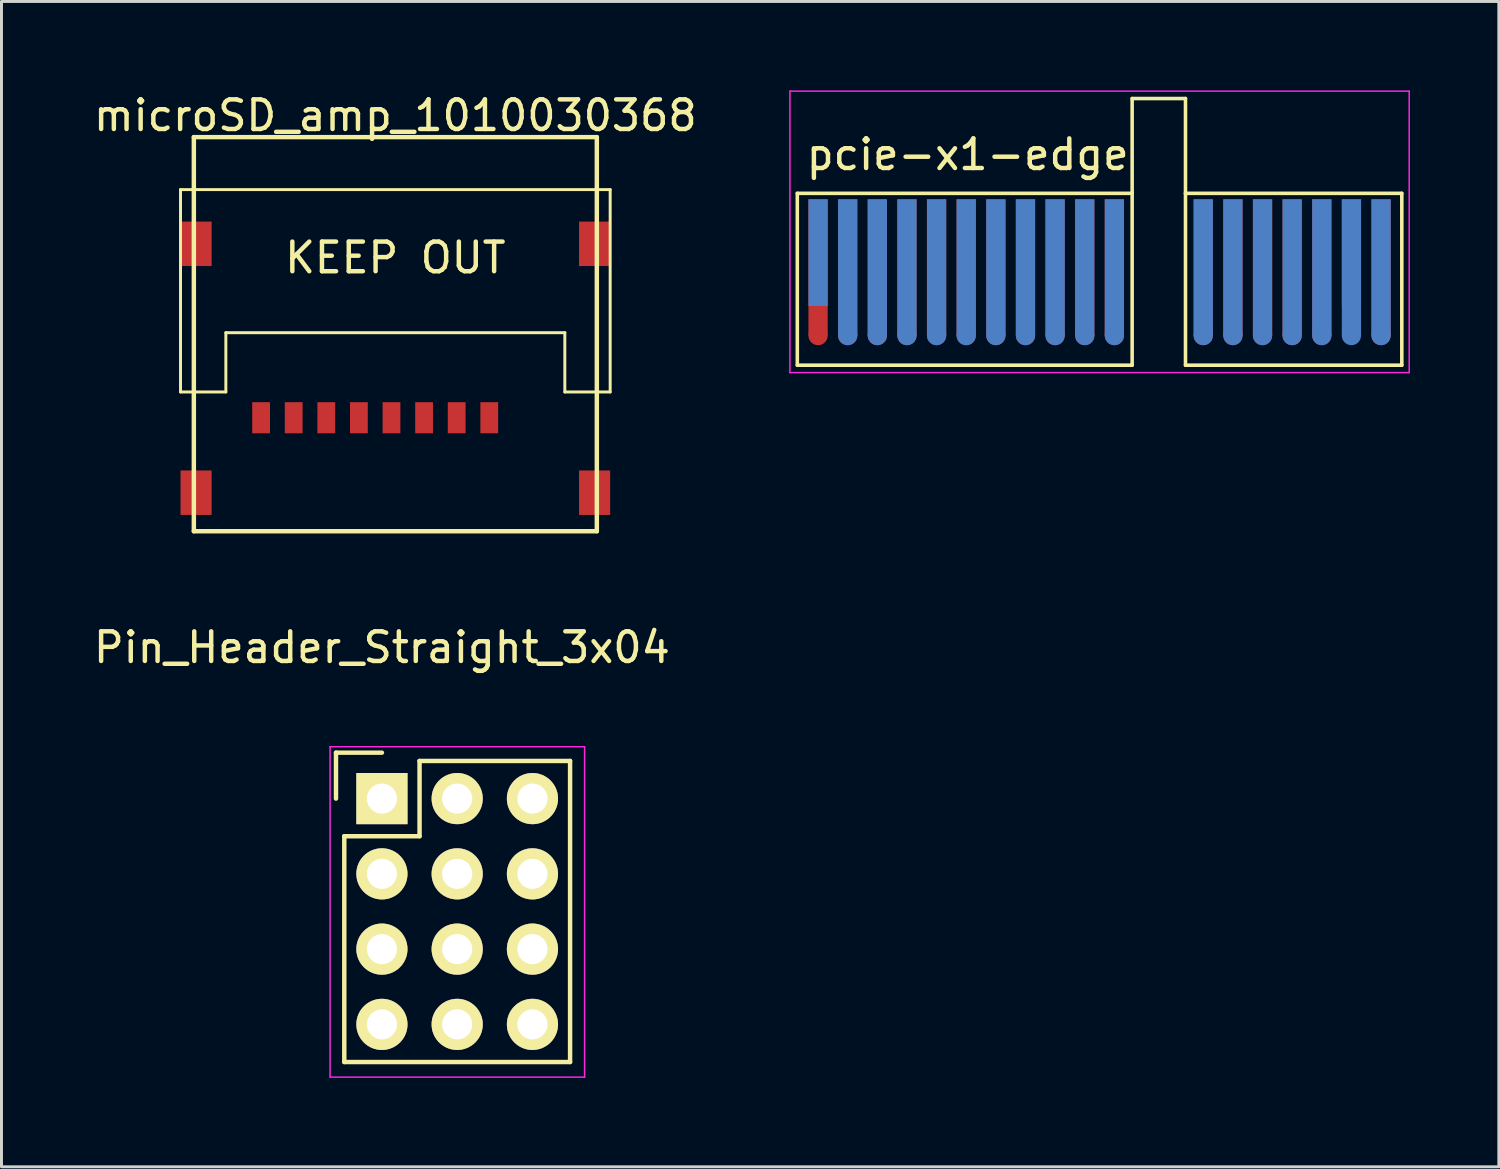
<source format=kicad_pcb>
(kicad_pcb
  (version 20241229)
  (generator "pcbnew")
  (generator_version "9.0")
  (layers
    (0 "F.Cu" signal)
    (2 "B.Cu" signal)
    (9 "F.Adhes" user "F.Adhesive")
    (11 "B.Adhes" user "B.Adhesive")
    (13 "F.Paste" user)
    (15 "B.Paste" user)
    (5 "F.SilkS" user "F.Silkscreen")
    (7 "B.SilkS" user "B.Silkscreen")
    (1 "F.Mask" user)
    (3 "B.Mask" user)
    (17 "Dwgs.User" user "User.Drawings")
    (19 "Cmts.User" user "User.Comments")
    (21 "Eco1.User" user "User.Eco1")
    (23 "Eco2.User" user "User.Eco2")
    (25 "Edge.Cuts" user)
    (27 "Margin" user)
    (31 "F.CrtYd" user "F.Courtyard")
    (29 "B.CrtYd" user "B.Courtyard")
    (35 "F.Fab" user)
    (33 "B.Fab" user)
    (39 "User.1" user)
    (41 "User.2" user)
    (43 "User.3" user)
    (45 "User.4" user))
  (footprint "microSD_amp_1010030368"
    (layer "F.Cu")
    (at 10.292 11.048)
    (property "Reference" "microSD_amp_1010030368" (at 0 -10.2 0) (layer "F.SilkS") (effects (font (size 1 1) (thickness 0.15))))
    (attr through_hole)
    (fp_line (start -7.25 -7.7) (end -7.25 -0.87) (stroke (width 0.1) (type solid)) (layer "F.SilkS"))
    (fp_line (start -7.25 -7.7) (end 7.25 -7.7) (stroke (width 0.1) (type solid)) (layer "F.SilkS"))
    (fp_line (start -7.25 -0.87) (end -5.72 -0.87) (stroke (width 0.1) (type solid)) (layer "F.SilkS"))
    (fp_line (start -6.8 -9.47) (end -6.8 3.83) (stroke (width 0.15) (type solid)) (layer "F.SilkS"))
    (fp_line (start -6.8 -9.47) (end 6.8 -9.47) (stroke (width 0.15) (type solid)) (layer "F.SilkS"))
    (fp_line (start -6.8 3.83) (end 6.8 3.83) (stroke (width 0.15) (type solid)) (layer "F.SilkS"))
    (fp_line (start -5.72 -2.87) (end -5.72 -0.87) (stroke (width 0.1) (type solid)) (layer "F.SilkS"))
    (fp_line (start -5.72 -2.87) (end 5.72 -2.87) (stroke (width 0.1) (type solid)) (layer "F.SilkS"))
    (fp_line (start 5.72 -2.87) (end 5.72 -0.87) (stroke (width 0.1) (type solid)) (layer "F.SilkS"))
    (fp_line (start 5.72 -0.87) (end 7.25 -0.87) (stroke (width 0.1) (type solid)) (layer "F.SilkS"))
    (fp_line (start 6.8 -9.47) (end 6.8 3.83) (stroke (width 0.15) (type solid)) (layer "F.SilkS"))
    (fp_line (start 7.25 -7.7) (end 7.25 -0.87) (stroke (width 0.1) (type solid)) (layer "F.SilkS"))
    (fp_text user "KEEP OUT" (at 0 -5.4 0) (layer "F.SilkS") (effects (font (size 1 1) (thickness 0.15))))
    (pad "1" smd rect (at 3.17 0) (size 0.6 1.05) (layers "F.Cu" "F.Mask" "F.Paste"))
    (pad "2" smd rect (at 2.07 0) (size 0.6 1.05) (layers "F.Cu" "F.Mask" "F.Paste"))
    (pad "3" smd rect (at 0.97 0) (size 0.6 1.05) (layers "F.Cu" "F.Mask" "F.Paste"))
    (pad "4" smd rect (at -0.13 0) (size 0.6 1.05) (layers "F.Cu" "F.Mask" "F.Paste"))
    (pad "5" smd rect (at -1.23 0) (size 0.6 1.05) (layers "F.Cu" "F.Mask" "F.Paste"))
    (pad "6" smd rect (at -2.33 0) (size 0.6 1.05) (layers "F.Cu" "F.Mask" "F.Paste"))
    (pad "7" smd rect (at -3.43 0) (size 0.6 1.05) (layers "F.Cu" "F.Mask" "F.Paste"))
    (pad "8" smd rect (at -4.53 0) (size 0.6 1.05) (layers "F.Cu" "F.Mask" "F.Paste"))
    (pad "SHLD" smd rect (at -6.725 -5.87) (size 1.05 1.5) (layers "F.Cu" "F.Mask" "F.Paste"))
    (pad "SHLD" smd rect (at -6.725 2.53) (size 1.05 1.5) (layers "F.Cu" "F.Mask" "F.Paste"))
    (pad "SHLD" smd rect (at 6.725 -5.87) (size 1.05 1.5) (layers "F.Cu" "F.Mask" "F.Paste"))
    (pad "SHLD" smd rect (at 6.725 2.53) (size 1.05 1.5) (layers "F.Cu" "F.Mask" "F.Paste")))
  (footprint "Pin_Header_Straight_3x04"
    (layer "F.Cu")
    (at 9.839 23.901)
    (property "Reference" "Pin_Header_Straight_3x04" (at 0 -5.1 0) (layer "F.SilkS") (effects (font (size 1 1) (thickness 0.15))))
    (attr through_hole)
    (fp_line (start -1.55 -1.55) (end -1.55 0) (stroke (width 0.15) (type solid)) (layer "F.SilkS"))
    (fp_line (start -1.27 1.27) (end -1.27 8.89) (stroke (width 0.15) (type solid)) (layer "F.SilkS"))
    (fp_line (start -1.27 8.89) (end 6.35 8.89) (stroke (width 0.15) (type solid)) (layer "F.SilkS"))
    (fp_line (start 0 -1.55) (end -1.55 -1.55) (stroke (width 0.15) (type solid)) (layer "F.SilkS"))
    (fp_line (start 1.27 -1.27) (end 1.27 1.27) (stroke (width 0.15) (type solid)) (layer "F.SilkS"))
    (fp_line (start 1.27 1.27) (end -1.27 1.27) (stroke (width 0.15) (type solid)) (layer "F.SilkS"))
    (fp_line (start 6.35 -1.27) (end 1.27 -1.27) (stroke (width 0.15) (type solid)) (layer "F.SilkS"))
    (fp_line (start 6.35 8.89) (end 6.35 -1.27) (stroke (width 0.15) (type solid)) (layer "F.SilkS"))
    (fp_line (start -1.75 -1.75) (end -1.75 9.4) (stroke (width 0.05) (type solid)) (layer "F.CrtYd"))
    (fp_line (start -1.75 -1.75) (end 6.84 -1.75) (stroke (width 0.05) (type solid)) (layer "F.CrtYd"))
    (fp_line (start -1.75 9.4) (end 6.84 9.4) (stroke (width 0.05) (type solid)) (layer "F.CrtYd"))
    (fp_line (start 6.84 -1.75) (end 6.84 9.4) (stroke (width 0.05) (type solid)) (layer "F.CrtYd"))
    (pad "1" thru_hole rect (at 0 0) (size 1.727 1.727) (drill 1.016) (layers "*.Cu" "*.Mask" "F.SilkS"))
    (pad "2" thru_hole oval (at 2.54 0) (size 1.727 1.727) (drill 1.016) (layers "*.Cu" "*.Mask" "F.SilkS"))
    (pad "3" thru_hole oval (at 5.08 0) (size 1.727 1.727) (drill 1.016) (layers "*.Cu" "*.Mask" "F.SilkS"))
    (pad "4" thru_hole oval (at 0 2.54) (size 1.727 1.727) (drill 1.016) (layers "*.Cu" "*.Mask" "F.SilkS"))
    (pad "5" thru_hole oval (at 2.54 2.54) (size 1.727 1.727) (drill 1.016) (layers "*.Cu" "*.Mask" "F.SilkS"))
    (pad "6" thru_hole oval (at 5.08 2.54) (size 1.727 1.727) (drill 1.016) (layers "*.Cu" "*.Mask" "F.SilkS"))
    (pad "7" thru_hole oval (at 0 5.08) (size 1.727 1.727) (drill 1.016) (layers "*.Cu" "*.Mask" "F.SilkS"))
    (pad "8" thru_hole oval (at 2.54 5.08) (size 1.727 1.727) (drill 1.016) (layers "*.Cu" "*.Mask" "F.SilkS"))
    (pad "9" thru_hole oval (at 5.08 5.08) (size 1.727 1.727) (drill 1.016) (layers "*.Cu" "*.Mask" "F.SilkS"))
    (pad "10" thru_hole oval (at 0 7.62) (size 1.727 1.727) (drill 1.016) (layers "*.Cu" "*.Mask" "F.SilkS"))
    (pad "11" thru_hole oval (at 2.54 7.62) (size 1.727 1.727) (drill 1.016) (layers "*.Cu" "*.Mask" "F.SilkS"))
    (pad "12" thru_hole oval (at 5.08 7.62) (size 1.727 1.727) (drill 1.016) (layers "*.Cu" "*.Mask" "F.SilkS")))
  (footprint "pcie-x1-edge"
    (layer "F.Cu")
    (at 24.558 5.475)
    (property "Reference" "pcie-x1-edge" (at 5.05 -3.31 0) (layer "F.SilkS") (effects (font (size 1 1) (thickness 0.15))))
    (attr through_hole)
    (fp_line (start -0.7 -2) (end 10.6 -2) (stroke (width 0.12) (type solid)) (layer "F.SilkS"))
    (fp_line (start -0.7 3.8) (end -0.7 -2) (stroke (width 0.12) (type solid)) (layer "F.SilkS"))
    (fp_line (start 10.6 -5.2) (end 12.4 -5.2) (stroke (width 0.12) (type solid)) (layer "F.SilkS"))
    (fp_line (start 10.6 -2) (end 10.6 -5.2) (stroke (width 0.12) (type solid)) (layer "F.SilkS"))
    (fp_line (start 10.6 -2) (end 10.6 3.8) (stroke (width 0.12) (type solid)) (layer "F.SilkS"))
    (fp_line (start 10.6 3.8) (end -0.7 3.8) (stroke (width 0.12) (type solid)) (layer "F.SilkS"))
    (fp_line (start 12.4 -5.2) (end 12.4 -2) (stroke (width 0.12) (type solid)) (layer "F.SilkS"))
    (fp_line (start 12.4 -2) (end 12.4 3.8) (stroke (width 0.12) (type solid)) (layer "F.SilkS"))
    (fp_line (start 12.4 3.8) (end 19.7 3.8) (stroke (width 0.12) (type solid)) (layer "F.SilkS"))
    (fp_line (start 19.7 -2) (end 12.4 -2) (stroke (width 0.12) (type solid)) (layer "F.SilkS"))
    (fp_line (start 19.7 -2) (end 19.7 3.8) (stroke (width 0.12) (type solid)) (layer "F.SilkS"))
    (fp_line (start -0.95 -5.45) (end -0.95 4.05) (stroke (width 0.05) (type solid)) (layer "F.CrtYd"))
    (fp_line (start -0.95 -5.45) (end 19.95 -5.45) (stroke (width 0.05) (type solid)) (layer "F.CrtYd"))
    (fp_line (start 19.95 4.05) (end -0.95 4.05) (stroke (width 0.05) (type solid)) (layer "F.CrtYd"))
    (fp_line (start 19.95 4.05) (end 19.95 -5.45) (stroke (width 0.05) (type solid)) (layer "F.CrtYd"))
    (pad "" connect circle (at 0 2.8) (size 0.65 0.65) (layers "F.Cu" "F.Mask"))
    (pad "" connect circle (at 1 2.8) (size 0.65 0.65) (layers "F.Cu" "F.Mask"))
    (pad "" connect oval (at 1 2.8 90) (size 0.65 0.65) (layers "B.Cu" "B.Mask"))
    (pad "" connect circle (at 2 2.8) (size 0.65 0.65) (layers "F.Cu" "F.Mask"))
    (pad "" connect oval (at 2 2.8 90) (size 0.65 0.65) (layers "B.Cu" "B.Mask"))
    (pad "" connect circle (at 3 2.8) (size 0.65 0.65) (layers "F.Cu" "F.Mask"))
    (pad "" connect oval (at 3 2.8 90) (size 0.65 0.65) (layers "B.Cu" "B.Mask"))
    (pad "" connect circle (at 4 2.8) (size 0.65 0.65) (layers "F.Cu" "F.Mask"))
    (pad "" connect oval (at 4 2.8 90) (size 0.65 0.65) (layers "B.Cu" "B.Mask"))
    (pad "" connect circle (at 5 2.8) (size 0.65 0.65) (layers "F.Cu" "F.Mask"))
    (pad "" connect oval (at 5 2.8 90) (size 0.65 0.65) (layers "B.Cu" "B.Mask"))
    (pad "" connect circle (at 6 2.8) (size 0.65 0.65) (layers "F.Cu" "F.Mask"))
    (pad "" connect oval (at 6 2.8 90) (size 0.65 0.65) (layers "B.Cu" "B.Mask"))
    (pad "" connect circle (at 7 2.8) (size 0.65 0.65) (layers "F.Cu" "F.Mask"))
    (pad "" connect oval (at 7 2.8 90) (size 0.65 0.65) (layers "B.Cu" "B.Mask"))
    (pad "" connect circle (at 8 2.8) (size 0.65 0.65) (layers "F.Cu" "F.Mask"))
    (pad "" connect oval (at 8 2.8 90) (size 0.65 0.65) (layers "B.Cu" "B.Mask"))
    (pad "" connect circle (at 9 2.8) (size 0.65 0.65) (layers "F.Cu" "F.Mask"))
    (pad "" connect oval (at 9 2.8 90) (size 0.65 0.65) (layers "B.Cu" "B.Mask"))
    (pad "" connect circle (at 10 2.8) (size 0.65 0.65) (layers "F.Cu" "F.Mask"))
    (pad "" connect oval (at 10 2.8 90) (size 0.65 0.65) (layers "B.Cu" "B.Mask"))
    (pad "" connect circle (at 13 2.8) (size 0.65 0.65) (layers "F.Cu" "F.Mask"))
    (pad "" connect oval (at 13 2.8 90) (size 0.65 0.65) (layers "B.Cu" "B.Mask"))
    (pad "" connect circle (at 14 2.8) (size 0.65 0.65) (layers "F.Cu" "F.Mask"))
    (pad "" connect oval (at 14 2.8 90) (size 0.65 0.65) (layers "B.Cu" "B.Mask"))
    (pad "" connect circle (at 15 2.8) (size 0.65 0.65) (layers "F.Cu" "F.Mask"))
    (pad "" connect oval (at 15 2.8 90) (size 0.65 0.65) (layers "B.Cu" "B.Mask"))
    (pad "" connect circle (at 16 2.8) (size 0.65 0.65) (layers "F.Cu" "F.Mask"))
    (pad "" connect oval (at 16 2.8 90) (size 0.65 0.65) (layers "B.Cu" "B.Mask"))
    (pad "" connect circle (at 17 2.8) (size 0.65 0.65) (layers "F.Cu" "F.Mask"))
    (pad "" connect oval (at 17 2.8 90) (size 0.65 0.65) (layers "B.Cu" "B.Mask"))
    (pad "" connect oval (at 18 2.8 90) (size 0.65 0.65) (layers "B.Cu" "B.Mask"))
    (pad "" connect circle (at 19 2.8) (size 0.65 0.65) (layers "F.Cu" "F.Mask"))
    (pad "" connect oval (at 19 2.8 90) (size 0.65 0.65) (layers "B.Cu" "B.Mask"))
    (pad "A1" connect rect (at 0 0) (size 0.65 3.6) (layers "B.Cu" "B.Mask"))
    (pad "A2" connect rect (at 1 0.5) (size 0.65 4.6) (layers "B.Cu" "B.Mask"))
    (pad "A3" connect rect (at 2 0.5) (size 0.65 4.6) (layers "B.Cu" "B.Mask"))
    (pad "A4" connect rect (at 3 0.5) (size 0.65 4.6) (layers "B.Cu" "B.Mask"))
    (pad "A5" connect rect (at 4 0.5) (size 0.65 4.6) (layers "B.Cu" "B.Mask"))
    (pad "A6" connect rect (at 5 0.5) (size 0.65 4.6) (layers "B.Cu" "B.Mask"))
    (pad "A7" connect rect (at 6 0.5) (size 0.65 4.6) (layers "B.Cu" "B.Mask"))
    (pad "A8" connect rect (at 7 0.5) (size 0.65 4.6) (layers "B.Cu" "B.Mask"))
    (pad "A9" connect rect (at 8 0.5) (size 0.65 4.6) (layers "B.Cu" "B.Mask"))
    (pad "A10" connect rect (at 9 0.5) (size 0.65 4.6) (layers "B.Cu" "B.Mask"))
    (pad "A11" connect rect (at 10 0.5) (size 0.65 4.6) (layers "B.Cu" "B.Mask"))
    (pad "A12" connect rect (at 13 0.5) (size 0.65 4.6) (layers "B.Cu" "B.Mask"))
    (pad "A13" connect rect (at 14 0.5) (size 0.65 4.6) (layers "B.Cu" "B.Mask"))
    (pad "A14" connect rect (at 15 0.5) (size 0.65 4.6) (layers "B.Cu" "B.Mask"))
    (pad "A15" connect rect (at 16 0.5) (size 0.65 4.6) (layers "B.Cu" "B.Mask"))
    (pad "A16" connect rect (at 17 0.5) (size 0.65 4.6) (layers "B.Cu" "B.Mask"))
    (pad "A17" connect rect (at 18 0.5) (size 0.65 4.6) (layers "B.Cu" "B.Mask"))
    (pad "A18" connect rect (at 19 0.5) (size 0.65 4.6) (layers "B.Cu" "B.Mask"))
    (pad "B1" connect rect (at 0 0.5) (size 0.65 4.6) (layers "F.Cu" "F.Mask"))
    (pad "B2" connect rect (at 1 0.5) (size 0.65 4.6) (layers "F.Cu" "F.Mask"))
    (pad "B3" connect rect (at 2 0.5) (size 0.65 4.6) (layers "F.Cu" "F.Mask"))
    (pad "B4" connect rect (at 3 0.5) (size 0.65 4.6) (layers "F.Cu" "F.Mask"))
    (pad "B5" connect rect (at 4 0.5) (size 0.65 4.6) (layers "F.Cu" "F.Mask"))
    (pad "B6" connect rect (at 5 0.5) (size 0.65 4.6) (layers "F.Cu" "F.Mask"))
    (pad "B7" connect rect (at 6 0.5) (size 0.65 4.6) (layers "F.Cu" "F.Mask"))
    (pad "B8" connect rect (at 7 0.5) (size 0.65 4.6) (layers "F.Cu" "F.Mask"))
    (pad "B9" connect rect (at 8 0.5) (size 0.65 4.6) (layers "F.Cu" "F.Mask"))
    (pad "B10" connect rect (at 9 0.5) (size 0.65 4.6) (layers "F.Cu" "F.Mask"))
    (pad "B11" connect rect (at 10 0.5) (size 0.65 4.6) (layers "F.Cu" "F.Mask"))
    (pad "B12" connect rect (at 13 0.5) (size 0.65 4.6) (layers "F.Cu" "F.Mask"))
    (pad "B13" connect rect (at 14 0.5) (size 0.65 4.6) (layers "F.Cu" "F.Mask"))
    (pad "B14" connect rect (at 15 0.5) (size 0.65 4.6) (layers "F.Cu" "F.Mask"))
    (pad "B15" connect rect (at 16 0.5) (size 0.65 4.6) (layers "F.Cu" "F.Mask"))
    (pad "B16" connect rect (at 17 0.5) (size 0.65 4.6) (layers "F.Cu" "F.Mask"))
    (pad "B17" connect rect (at 18 0) (size 0.65 3.6) (layers "F.Cu" "F.Mask"))
    (pad "B18" connect rect (at 19 0.5) (size 0.65 4.6) (layers "F.Cu" "F.Mask")))
  (gr_rect
    (start -3 -3)
    (end 47.533 36.327)
    (stroke (width 0.1) (type default))
    (fill no)
    (layer "Edge.Cuts")))
</source>
